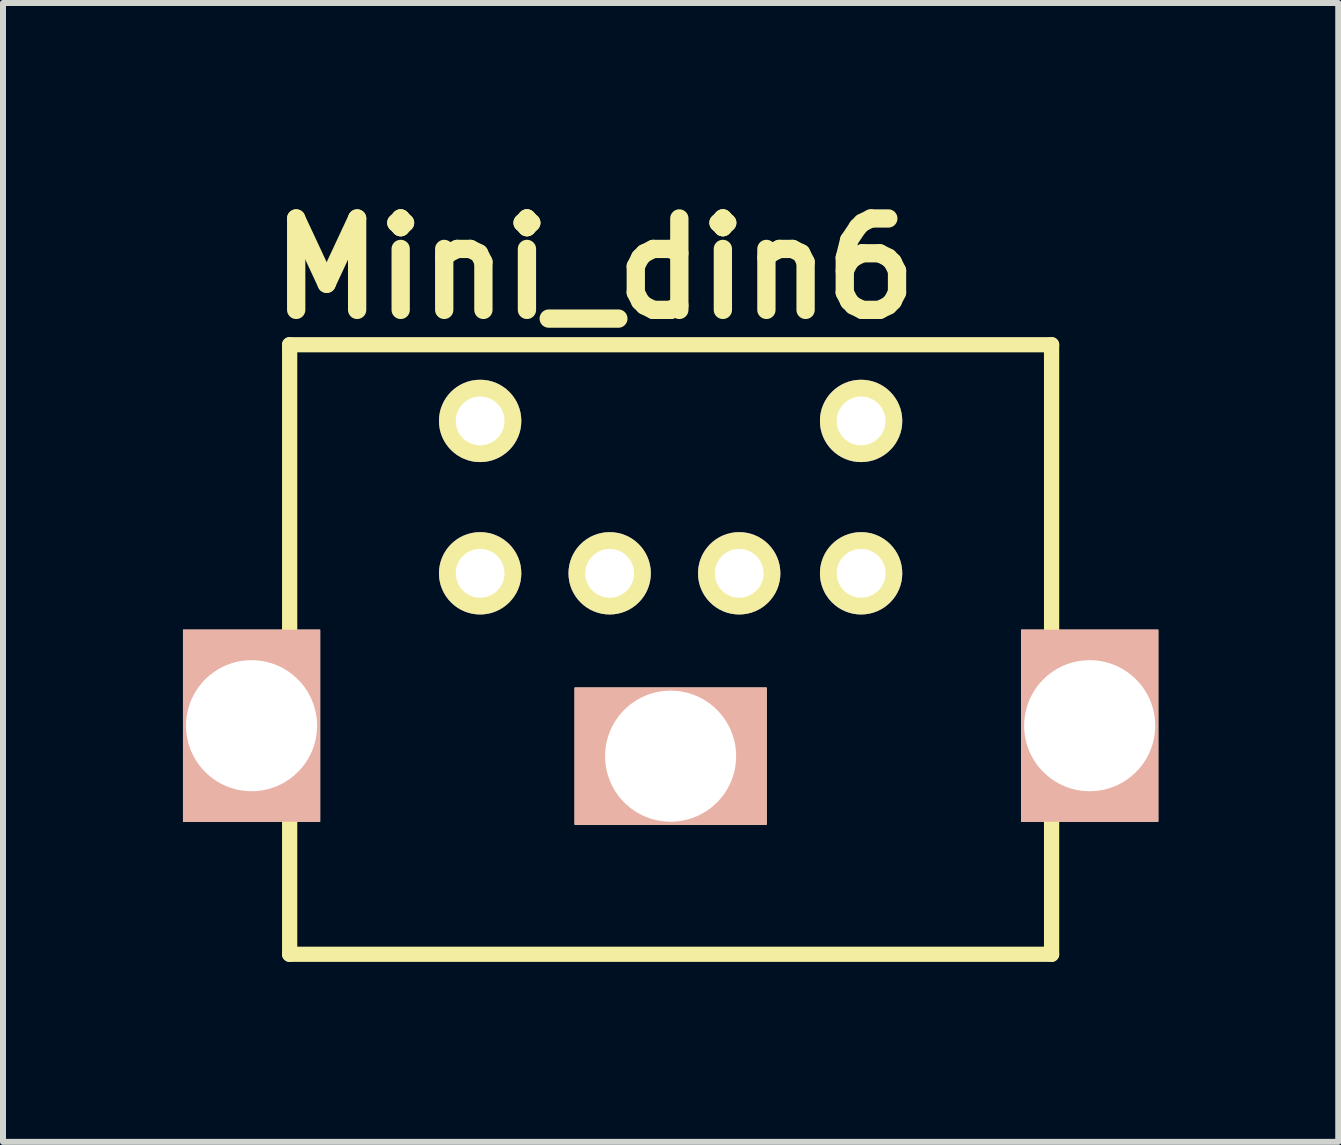
<source format=kicad_pcb>
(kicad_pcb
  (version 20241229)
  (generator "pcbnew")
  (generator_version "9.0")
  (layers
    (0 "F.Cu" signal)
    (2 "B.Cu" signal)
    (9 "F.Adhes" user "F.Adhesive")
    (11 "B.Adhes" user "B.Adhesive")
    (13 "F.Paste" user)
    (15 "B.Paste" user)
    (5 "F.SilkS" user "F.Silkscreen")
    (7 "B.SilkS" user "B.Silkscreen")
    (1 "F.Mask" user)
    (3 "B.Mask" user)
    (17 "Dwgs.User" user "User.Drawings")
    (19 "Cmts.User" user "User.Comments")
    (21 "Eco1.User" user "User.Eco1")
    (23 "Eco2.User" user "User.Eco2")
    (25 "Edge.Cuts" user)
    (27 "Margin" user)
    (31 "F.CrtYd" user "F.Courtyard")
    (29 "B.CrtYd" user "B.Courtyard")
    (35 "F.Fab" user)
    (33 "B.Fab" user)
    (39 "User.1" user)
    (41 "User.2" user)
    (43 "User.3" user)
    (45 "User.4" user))
  (footprint "Mini_din6"
    (layer "F.Cu")
    (at 8.128 7.776)
    (property "Reference" "Mini_din6" (at -1.27 -6.35 0) (layer "F.SilkS") (effects (font (size 1.524 1.524) (thickness 0.305))))
    (attr through_hole)
    (fp_line (start -6.35 -5.08) (end 6.35 -5.08) (stroke (width 0.254) (type solid)) (layer "F.SilkS"))
    (fp_line (start -6.35 1.27) (end -6.35 -5.08) (stroke (width 0.254) (type solid)) (layer "F.SilkS"))
    (fp_line (start -6.35 5.08) (end -6.35 1.27) (stroke (width 0.254) (type solid)) (layer "F.SilkS"))
    (fp_line (start 6.35 -5.08) (end 6.35 5.08) (stroke (width 0.254) (type solid)) (layer "F.SilkS"))
    (fp_line (start 6.35 5.08) (end -6.35 5.08) (stroke (width 0.254) (type solid)) (layer "F.SilkS"))
    (pad "1" thru_hole circle (at 1.143 -1.27) (size 1.372 1.372) (drill 0.813) (layers "*.Cu" "*.Mask" "F.SilkS"))
    (pad "2" thru_hole circle (at -1.016 -1.27) (size 1.372 1.372) (drill 0.813) (layers "*.Cu" "*.Mask" "F.SilkS"))
    (pad "3" thru_hole circle (at 3.175 -1.27) (size 1.372 1.372) (drill 0.813) (layers "*.Cu" "*.Mask" "F.SilkS"))
    (pad "4" thru_hole circle (at -3.175 -1.27) (size 1.372 1.372) (drill 0.813) (layers "*.Cu" "*.Mask" "F.SilkS"))
    (pad "5" thru_hole circle (at 3.175 -3.81) (size 1.372 1.372) (drill 0.813) (layers "*.Cu" "*.Mask" "F.SilkS"))
    (pad "6" thru_hole circle (at -3.175 -3.81) (size 1.372 1.372) (drill 0.813) (layers "*.Cu" "*.Mask" "F.SilkS"))
    (pad "GND" thru_hole rect (at -6.985 1.27) (size 2.286 3.2) (drill 2.184) (layers "*.Cu" "*.SilkS" "*.Mask"))
    (pad "GND" thru_hole rect (at 0 1.778) (size 3.2 2.286) (drill 2.184) (layers "*.Cu" "*.SilkS" "*.Mask"))
    (pad "GND" thru_hole rect (at 6.985 1.27) (size 2.286 3.2) (drill 2.184) (layers "*.Cu" "*.SilkS" "*.Mask")))
  (gr_rect
    (start -3 -3)
    (end 19.256 15.983)
    (stroke (width 0.1) (type default))
    (fill no)
    (layer "Edge.Cuts")))
</source>
